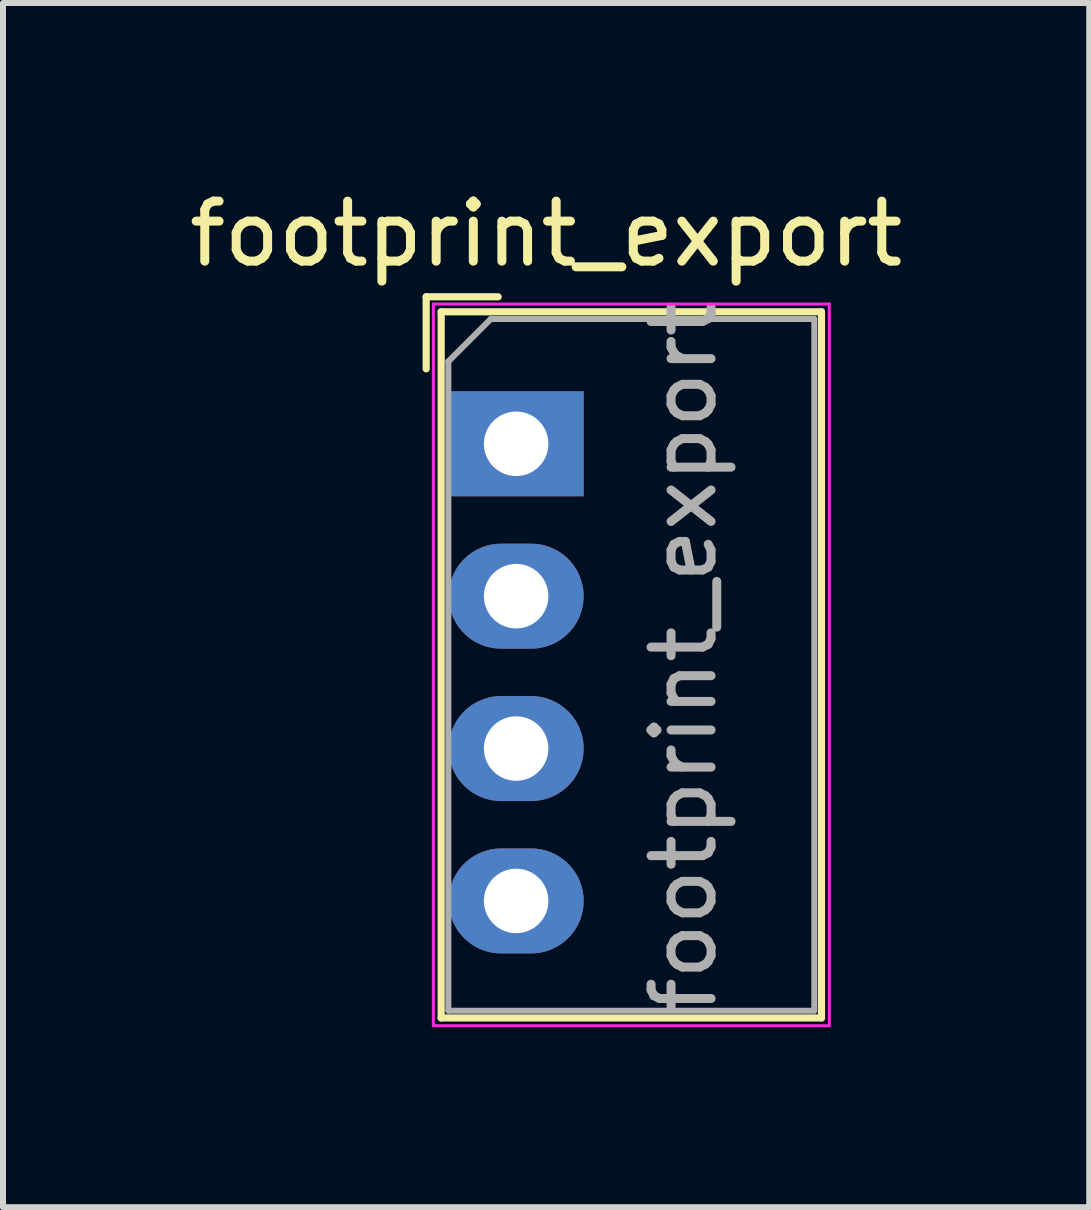
<source format=kicad_pcb>
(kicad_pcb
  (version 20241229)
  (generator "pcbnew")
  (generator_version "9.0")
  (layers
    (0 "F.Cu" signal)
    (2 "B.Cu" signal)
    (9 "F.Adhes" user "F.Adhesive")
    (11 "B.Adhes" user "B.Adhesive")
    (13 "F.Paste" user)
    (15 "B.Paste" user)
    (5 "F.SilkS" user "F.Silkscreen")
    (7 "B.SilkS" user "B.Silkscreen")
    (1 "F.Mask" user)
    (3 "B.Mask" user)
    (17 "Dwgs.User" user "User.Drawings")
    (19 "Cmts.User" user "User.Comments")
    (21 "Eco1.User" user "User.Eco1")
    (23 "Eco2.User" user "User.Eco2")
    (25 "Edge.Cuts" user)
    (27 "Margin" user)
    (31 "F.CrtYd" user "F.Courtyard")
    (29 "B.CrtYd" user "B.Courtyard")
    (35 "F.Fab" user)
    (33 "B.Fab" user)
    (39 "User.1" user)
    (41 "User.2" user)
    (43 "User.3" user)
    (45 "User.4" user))
  (footprint "footprint_export"
    (layer "F.Cu")
    (at 5.554 4.348)
    (property "Reference" "footprint_export" (at 0.5 -3.5 180) (layer "F.SilkS") (effects (font (size 1 1) (thickness 0.15))))
    (attr through_hole)
    (fp_line (start -1.5 -2.45) (end -1.5 -1.25) (stroke (width 0.12) (type solid)) (layer "F.SilkS"))
    (fp_line (start -1.25 -2.2) (end -1.25 9.57) (stroke (width 0.12) (type solid)) (layer "F.SilkS"))
    (fp_line (start -0.3 -2.45) (end -1.5 -2.45) (stroke (width 0.12) (type solid)) (layer "F.SilkS"))
    (fp_line (start 5.09 -2.2) (end -1.25 -2.2) (stroke (width 0.12) (type solid)) (layer "F.SilkS"))
    (fp_line (start 5.09 -2.2) (end 5.09 9.57) (stroke (width 0.12) (type solid)) (layer "F.SilkS"))
    (fp_line (start 5.09 9.57) (end -1.25 9.57) (stroke (width 0.12) (type solid)) (layer "F.SilkS"))
    (fp_line (start -1.38 -2.33) (end -1.38 9.7) (stroke (width 0.05) (type solid)) (layer "F.CrtYd"))
    (fp_line (start 5.22 -2.33) (end -1.38 -2.33) (stroke (width 0.05) (type solid)) (layer "F.CrtYd"))
    (fp_line (start 5.22 -2.33) (end 5.22 9.7) (stroke (width 0.05) (type solid)) (layer "F.CrtYd"))
    (fp_line (start 5.22 9.7) (end -1.38 9.7) (stroke (width 0.05) (type solid)) (layer "F.CrtYd"))
    (fp_line (start -1.13 -1.373) (end -1.13 9.45) (stroke (width 0.1) (type solid)) (layer "F.Fab"))
    (fp_line (start -1.13 9.45) (end 4.97 9.45) (stroke (width 0.1) (type solid)) (layer "F.Fab"))
    (fp_line (start -0.423 -2.08) (end -1.13 -1.373) (stroke (width 0.1) (type solid)) (layer "F.Fab"))
    (fp_line (start -0.423 -2.08) (end 4.97 -2.08) (stroke (width 0.1) (type solid)) (layer "F.Fab"))
    (fp_line (start 4.97 -2.08) (end 4.97 9.45) (stroke (width 0.1) (type solid)) (layer "F.Fab"))
    (fp_text user "${REFERENCE}" (at 2.794 3.556 270) (layer "F.Fab") (effects (font (size 1 1) (thickness 0.15))))
    (pad "1" thru_hole rect (at 0 0 270) (size 1.75 2.25) (drill 1.075) (layers "*.Cu" "*.Mask"))
    (pad "2" thru_hole oval (at 0 2.54 270) (size 1.75 2.25) (drill 1.075) (layers "*.Cu" "*.Mask"))
    (pad "3" thru_hole oval (at 0 5.08 270) (size 1.75 2.25) (drill 1.075) (layers "*.Cu" "*.Mask"))
    (pad "4" thru_hole oval (at 0 7.62 270) (size 1.75 2.25) (drill 1.075) (layers "*.Cu" "*.Mask")))
  (gr_rect
    (start -3 -3)
    (end 15.107 17.073)
    (stroke (width 0.1) (type default))
    (fill no)
    (layer "Edge.Cuts")))
</source>
